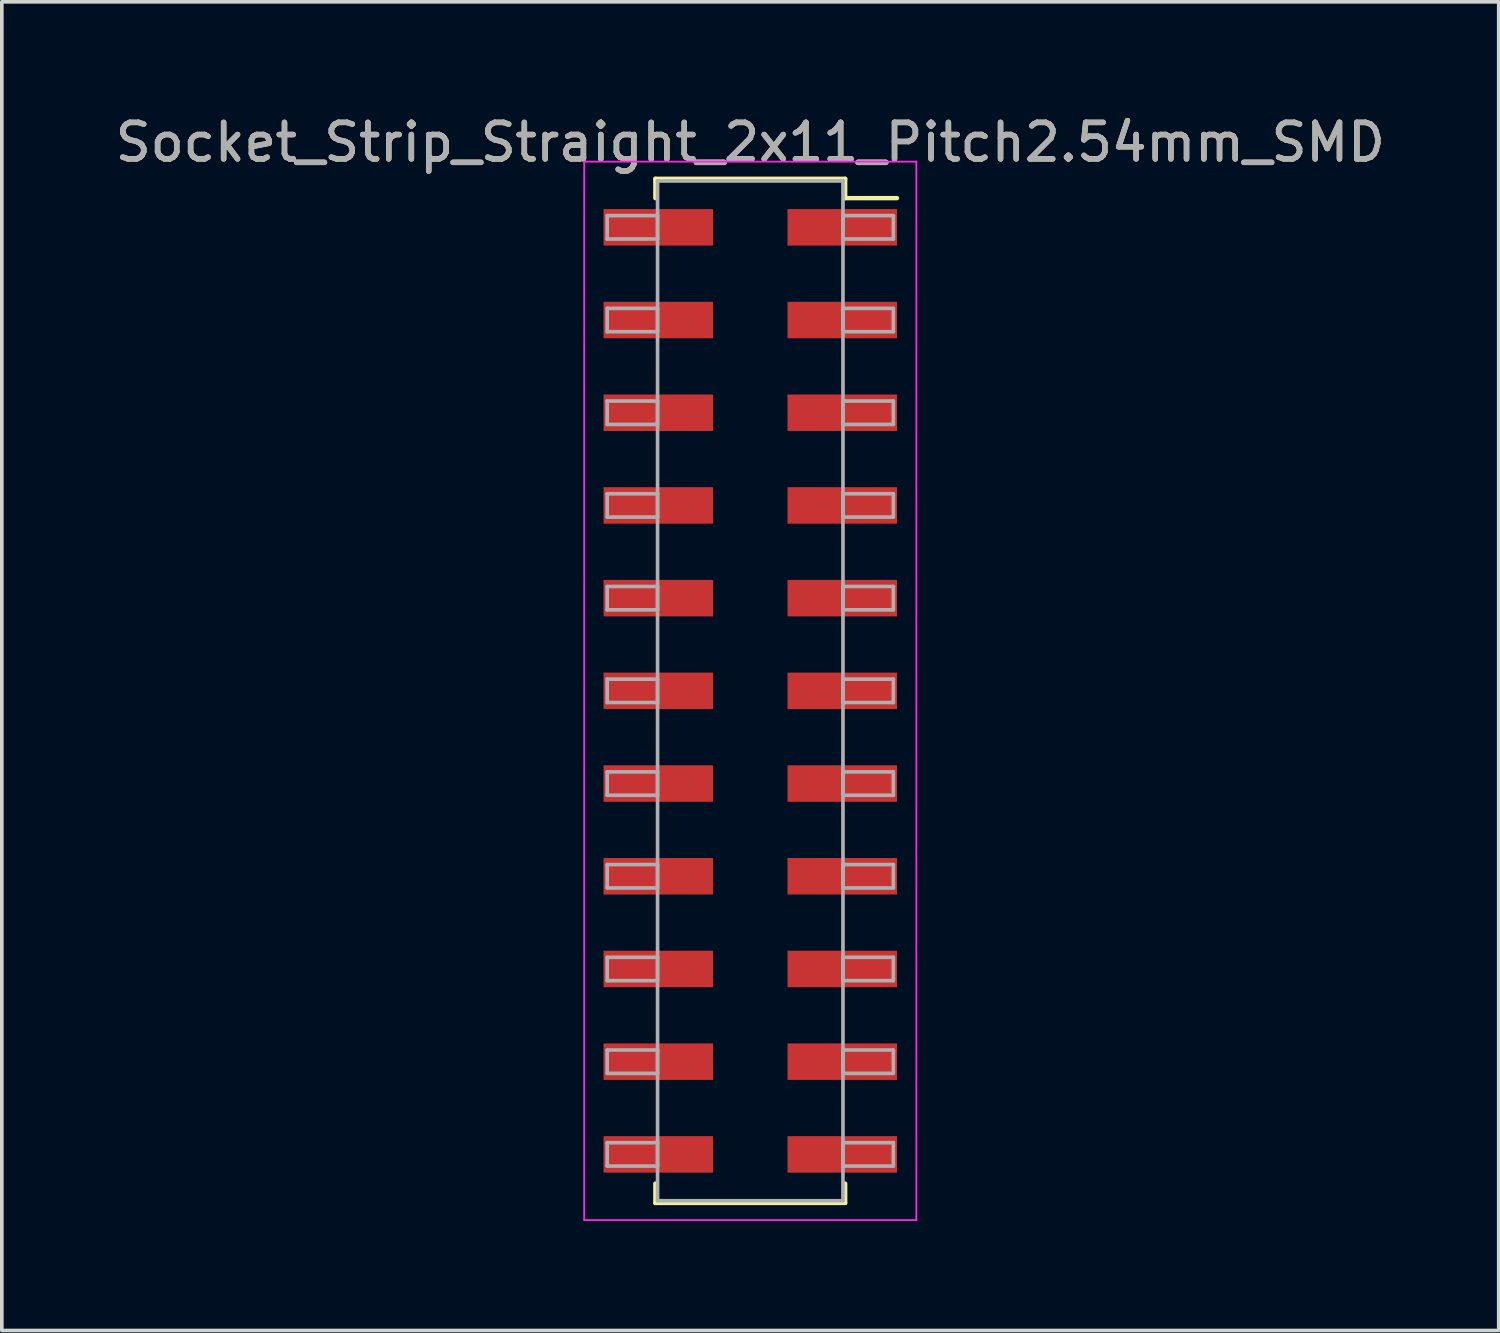
<source format=kicad_pcb>
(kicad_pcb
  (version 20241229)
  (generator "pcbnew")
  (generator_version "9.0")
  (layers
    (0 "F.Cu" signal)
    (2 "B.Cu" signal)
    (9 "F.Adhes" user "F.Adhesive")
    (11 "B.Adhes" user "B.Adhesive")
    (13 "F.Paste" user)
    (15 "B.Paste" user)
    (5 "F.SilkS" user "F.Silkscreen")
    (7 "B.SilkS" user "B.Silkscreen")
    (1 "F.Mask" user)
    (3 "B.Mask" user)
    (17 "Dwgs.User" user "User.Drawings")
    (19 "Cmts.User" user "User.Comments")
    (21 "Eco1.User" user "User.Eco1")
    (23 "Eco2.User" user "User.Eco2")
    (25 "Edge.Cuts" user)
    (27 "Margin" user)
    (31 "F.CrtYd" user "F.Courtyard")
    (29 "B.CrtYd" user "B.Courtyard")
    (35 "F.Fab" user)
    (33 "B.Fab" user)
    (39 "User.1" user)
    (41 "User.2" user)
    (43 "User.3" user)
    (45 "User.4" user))
  (footprint "Socket_Strip_Straight_2x11_Pitch2.54mm_SMD"
    (layer "F.Cu")
    (at 17.506 15.878)
    (property "Reference" "Socket_Strip_Straight_2x11_Pitch2.54mm_SMD" (at 0 -15.03 0) (layer "F.SilkS") (effects (font (size 1 1) (thickness 0.15))))
    (attr smd)
    (fp_line (start -2.6 -14.03) (end 2.6 -14.03) (stroke (width 0.12) (type solid)) (layer "F.SilkS"))
    (fp_line (start -2.6 -13.5) (end -2.6 -14.03) (stroke (width 0.12) (type solid)) (layer "F.SilkS"))
    (fp_line (start -2.6 13.5) (end -2.6 14.03) (stroke (width 0.12) (type solid)) (layer "F.SilkS"))
    (fp_line (start -2.6 14.03) (end 2.6 14.03) (stroke (width 0.12) (type solid)) (layer "F.SilkS"))
    (fp_line (start 2.6 -14.03) (end 2.6 -13.5) (stroke (width 0.12) (type solid)) (layer "F.SilkS"))
    (fp_line (start 2.6 14.03) (end 2.6 13.5) (stroke (width 0.12) (type solid)) (layer "F.SilkS"))
    (fp_line (start 4.02 -13.5) (end 2.6 -13.5) (stroke (width 0.12) (type solid)) (layer "F.SilkS"))
    (fp_line (start -4.55 -14.5) (end -4.55 14.5) (stroke (width 0.05) (type solid)) (layer "F.CrtYd"))
    (fp_line (start -4.55 14.5) (end 4.55 14.5) (stroke (width 0.05) (type solid)) (layer "F.CrtYd"))
    (fp_line (start 4.55 -14.5) (end -4.55 -14.5) (stroke (width 0.05) (type solid)) (layer "F.CrtYd"))
    (fp_line (start 4.55 14.5) (end 4.55 -14.5) (stroke (width 0.05) (type solid)) (layer "F.CrtYd"))
    (fp_line (start -3.92 -13.02) (end -2.54 -13.02) (stroke (width 0.1) (type solid)) (layer "F.Fab"))
    (fp_line (start -3.92 -12.38) (end -3.92 -13.02) (stroke (width 0.1) (type solid)) (layer "F.Fab"))
    (fp_line (start -3.92 -10.48) (end -2.54 -10.48) (stroke (width 0.1) (type solid)) (layer "F.Fab"))
    (fp_line (start -3.92 -9.84) (end -3.92 -10.48) (stroke (width 0.1) (type solid)) (layer "F.Fab"))
    (fp_line (start -3.92 -7.94) (end -2.54 -7.94) (stroke (width 0.1) (type solid)) (layer "F.Fab"))
    (fp_line (start -3.92 -7.3) (end -3.92 -7.94) (stroke (width 0.1) (type solid)) (layer "F.Fab"))
    (fp_line (start -3.92 -5.4) (end -2.54 -5.4) (stroke (width 0.1) (type solid)) (layer "F.Fab"))
    (fp_line (start -3.92 -4.76) (end -3.92 -5.4) (stroke (width 0.1) (type solid)) (layer "F.Fab"))
    (fp_line (start -3.92 -2.86) (end -2.54 -2.86) (stroke (width 0.1) (type solid)) (layer "F.Fab"))
    (fp_line (start -3.92 -2.22) (end -3.92 -2.86) (stroke (width 0.1) (type solid)) (layer "F.Fab"))
    (fp_line (start -3.92 -0.32) (end -2.54 -0.32) (stroke (width 0.1) (type solid)) (layer "F.Fab"))
    (fp_line (start -3.92 0.32) (end -3.92 -0.32) (stroke (width 0.1) (type solid)) (layer "F.Fab"))
    (fp_line (start -3.92 2.22) (end -2.54 2.22) (stroke (width 0.1) (type solid)) (layer "F.Fab"))
    (fp_line (start -3.92 2.86) (end -3.92 2.22) (stroke (width 0.1) (type solid)) (layer "F.Fab"))
    (fp_line (start -3.92 4.76) (end -2.54 4.76) (stroke (width 0.1) (type solid)) (layer "F.Fab"))
    (fp_line (start -3.92 5.4) (end -3.92 4.76) (stroke (width 0.1) (type solid)) (layer "F.Fab"))
    (fp_line (start -3.92 7.3) (end -2.54 7.3) (stroke (width 0.1) (type solid)) (layer "F.Fab"))
    (fp_line (start -3.92 7.94) (end -3.92 7.3) (stroke (width 0.1) (type solid)) (layer "F.Fab"))
    (fp_line (start -3.92 9.84) (end -2.54 9.84) (stroke (width 0.1) (type solid)) (layer "F.Fab"))
    (fp_line (start -3.92 10.48) (end -3.92 9.84) (stroke (width 0.1) (type solid)) (layer "F.Fab"))
    (fp_line (start -3.92 12.38) (end -2.54 12.38) (stroke (width 0.1) (type solid)) (layer "F.Fab"))
    (fp_line (start -3.92 13.02) (end -3.92 12.38) (stroke (width 0.1) (type solid)) (layer "F.Fab"))
    (fp_line (start -2.54 -13.97) (end -2.54 13.97) (stroke (width 0.1) (type solid)) (layer "F.Fab"))
    (fp_line (start -2.54 -13.02) (end -2.54 -12.38) (stroke (width 0.1) (type solid)) (layer "F.Fab"))
    (fp_line (start -2.54 -12.38) (end -3.92 -12.38) (stroke (width 0.1) (type solid)) (layer "F.Fab"))
    (fp_line (start -2.54 -10.48) (end -2.54 -9.84) (stroke (width 0.1) (type solid)) (layer "F.Fab"))
    (fp_line (start -2.54 -9.84) (end -3.92 -9.84) (stroke (width 0.1) (type solid)) (layer "F.Fab"))
    (fp_line (start -2.54 -7.94) (end -2.54 -7.3) (stroke (width 0.1) (type solid)) (layer "F.Fab"))
    (fp_line (start -2.54 -7.3) (end -3.92 -7.3) (stroke (width 0.1) (type solid)) (layer "F.Fab"))
    (fp_line (start -2.54 -5.4) (end -2.54 -4.76) (stroke (width 0.1) (type solid)) (layer "F.Fab"))
    (fp_line (start -2.54 -4.76) (end -3.92 -4.76) (stroke (width 0.1) (type solid)) (layer "F.Fab"))
    (fp_line (start -2.54 -2.86) (end -2.54 -2.22) (stroke (width 0.1) (type solid)) (layer "F.Fab"))
    (fp_line (start -2.54 -2.22) (end -3.92 -2.22) (stroke (width 0.1) (type solid)) (layer "F.Fab"))
    (fp_line (start -2.54 -0.32) (end -2.54 0.32) (stroke (width 0.1) (type solid)) (layer "F.Fab"))
    (fp_line (start -2.54 0.32) (end -3.92 0.32) (stroke (width 0.1) (type solid)) (layer "F.Fab"))
    (fp_line (start -2.54 2.22) (end -2.54 2.86) (stroke (width 0.1) (type solid)) (layer "F.Fab"))
    (fp_line (start -2.54 2.86) (end -3.92 2.86) (stroke (width 0.1) (type solid)) (layer "F.Fab"))
    (fp_line (start -2.54 4.76) (end -2.54 5.4) (stroke (width 0.1) (type solid)) (layer "F.Fab"))
    (fp_line (start -2.54 5.4) (end -3.92 5.4) (stroke (width 0.1) (type solid)) (layer "F.Fab"))
    (fp_line (start -2.54 7.3) (end -2.54 7.94) (stroke (width 0.1) (type solid)) (layer "F.Fab"))
    (fp_line (start -2.54 7.94) (end -3.92 7.94) (stroke (width 0.1) (type solid)) (layer "F.Fab"))
    (fp_line (start -2.54 9.84) (end -2.54 10.48) (stroke (width 0.1) (type solid)) (layer "F.Fab"))
    (fp_line (start -2.54 10.48) (end -3.92 10.48) (stroke (width 0.1) (type solid)) (layer "F.Fab"))
    (fp_line (start -2.54 12.38) (end -2.54 13.02) (stroke (width 0.1) (type solid)) (layer "F.Fab"))
    (fp_line (start -2.54 13.02) (end -3.92 13.02) (stroke (width 0.1) (type solid)) (layer "F.Fab"))
    (fp_line (start -2.54 13.97) (end 2.54 13.97) (stroke (width 0.1) (type solid)) (layer "F.Fab"))
    (fp_line (start 2.54 -13.97) (end -2.54 -13.97) (stroke (width 0.1) (type solid)) (layer "F.Fab"))
    (fp_line (start 2.54 -13.02) (end 2.54 -12.38) (stroke (width 0.1) (type solid)) (layer "F.Fab"))
    (fp_line (start 2.54 -12.38) (end 3.92 -12.38) (stroke (width 0.1) (type solid)) (layer "F.Fab"))
    (fp_line (start 2.54 -10.48) (end 2.54 -9.84) (stroke (width 0.1) (type solid)) (layer "F.Fab"))
    (fp_line (start 2.54 -9.84) (end 3.92 -9.84) (stroke (width 0.1) (type solid)) (layer "F.Fab"))
    (fp_line (start 2.54 -7.94) (end 2.54 -7.3) (stroke (width 0.1) (type solid)) (layer "F.Fab"))
    (fp_line (start 2.54 -7.3) (end 3.92 -7.3) (stroke (width 0.1) (type solid)) (layer "F.Fab"))
    (fp_line (start 2.54 -5.4) (end 2.54 -4.76) (stroke (width 0.1) (type solid)) (layer "F.Fab"))
    (fp_line (start 2.54 -4.76) (end 3.92 -4.76) (stroke (width 0.1) (type solid)) (layer "F.Fab"))
    (fp_line (start 2.54 -2.86) (end 2.54 -2.22) (stroke (width 0.1) (type solid)) (layer "F.Fab"))
    (fp_line (start 2.54 -2.22) (end 3.92 -2.22) (stroke (width 0.1) (type solid)) (layer "F.Fab"))
    (fp_line (start 2.54 -0.32) (end 2.54 0.32) (stroke (width 0.1) (type solid)) (layer "F.Fab"))
    (fp_line (start 2.54 0.32) (end 3.92 0.32) (stroke (width 0.1) (type solid)) (layer "F.Fab"))
    (fp_line (start 2.54 2.22) (end 2.54 2.86) (stroke (width 0.1) (type solid)) (layer "F.Fab"))
    (fp_line (start 2.54 2.86) (end 3.92 2.86) (stroke (width 0.1) (type solid)) (layer "F.Fab"))
    (fp_line (start 2.54 4.76) (end 2.54 5.4) (stroke (width 0.1) (type solid)) (layer "F.Fab"))
    (fp_line (start 2.54 5.4) (end 3.92 5.4) (stroke (width 0.1) (type solid)) (layer "F.Fab"))
    (fp_line (start 2.54 7.3) (end 2.54 7.94) (stroke (width 0.1) (type solid)) (layer "F.Fab"))
    (fp_line (start 2.54 7.94) (end 3.92 7.94) (stroke (width 0.1) (type solid)) (layer "F.Fab"))
    (fp_line (start 2.54 9.84) (end 2.54 10.48) (stroke (width 0.1) (type solid)) (layer "F.Fab"))
    (fp_line (start 2.54 10.48) (end 3.92 10.48) (stroke (width 0.1) (type solid)) (layer "F.Fab"))
    (fp_line (start 2.54 12.38) (end 2.54 13.02) (stroke (width 0.1) (type solid)) (layer "F.Fab"))
    (fp_line (start 2.54 13.02) (end 3.92 13.02) (stroke (width 0.1) (type solid)) (layer "F.Fab"))
    (fp_line (start 2.54 13.97) (end 2.54 -13.97) (stroke (width 0.1) (type solid)) (layer "F.Fab"))
    (fp_line (start 3.92 -13.02) (end 2.54 -13.02) (stroke (width 0.1) (type solid)) (layer "F.Fab"))
    (fp_line (start 3.92 -12.38) (end 3.92 -13.02) (stroke (width 0.1) (type solid)) (layer "F.Fab"))
    (fp_line (start 3.92 -10.48) (end 2.54 -10.48) (stroke (width 0.1) (type solid)) (layer "F.Fab"))
    (fp_line (start 3.92 -9.84) (end 3.92 -10.48) (stroke (width 0.1) (type solid)) (layer "F.Fab"))
    (fp_line (start 3.92 -7.94) (end 2.54 -7.94) (stroke (width 0.1) (type solid)) (layer "F.Fab"))
    (fp_line (start 3.92 -7.3) (end 3.92 -7.94) (stroke (width 0.1) (type solid)) (layer "F.Fab"))
    (fp_line (start 3.92 -5.4) (end 2.54 -5.4) (stroke (width 0.1) (type solid)) (layer "F.Fab"))
    (fp_line (start 3.92 -4.76) (end 3.92 -5.4) (stroke (width 0.1) (type solid)) (layer "F.Fab"))
    (fp_line (start 3.92 -2.86) (end 2.54 -2.86) (stroke (width 0.1) (type solid)) (layer "F.Fab"))
    (fp_line (start 3.92 -2.22) (end 3.92 -2.86) (stroke (width 0.1) (type solid)) (layer "F.Fab"))
    (fp_line (start 3.92 -0.32) (end 2.54 -0.32) (stroke (width 0.1) (type solid)) (layer "F.Fab"))
    (fp_line (start 3.92 0.32) (end 3.92 -0.32) (stroke (width 0.1) (type solid)) (layer "F.Fab"))
    (fp_line (start 3.92 2.22) (end 2.54 2.22) (stroke (width 0.1) (type solid)) (layer "F.Fab"))
    (fp_line (start 3.92 2.86) (end 3.92 2.22) (stroke (width 0.1) (type solid)) (layer "F.Fab"))
    (fp_line (start 3.92 4.76) (end 2.54 4.76) (stroke (width 0.1) (type solid)) (layer "F.Fab"))
    (fp_line (start 3.92 5.4) (end 3.92 4.76) (stroke (width 0.1) (type solid)) (layer "F.Fab"))
    (fp_line (start 3.92 7.3) (end 2.54 7.3) (stroke (width 0.1) (type solid)) (layer "F.Fab"))
    (fp_line (start 3.92 7.94) (end 3.92 7.3) (stroke (width 0.1) (type solid)) (layer "F.Fab"))
    (fp_line (start 3.92 9.84) (end 2.54 9.84) (stroke (width 0.1) (type solid)) (layer "F.Fab"))
    (fp_line (start 3.92 10.48) (end 3.92 9.84) (stroke (width 0.1) (type solid)) (layer "F.Fab"))
    (fp_line (start 3.92 12.38) (end 2.54 12.38) (stroke (width 0.1) (type solid)) (layer "F.Fab"))
    (fp_line (start 3.92 13.02) (end 3.92 12.38) (stroke (width 0.1) (type solid)) (layer "F.Fab"))
    (fp_text user "${REFERENCE}" (at 0 -15.03 0) (layer "F.Fab") (effects (font (size 1 1) (thickness 0.15))))
    (pad "1" smd rect (at 2.52 -12.7) (size 3 1) (layers "F.Cu" "F.Mask" "F.Paste"))
    (pad "2" smd rect (at -2.52 -12.7) (size 3 1) (layers "F.Cu" "F.Mask" "F.Paste"))
    (pad "3" smd rect (at 2.52 -10.16) (size 3 1) (layers "F.Cu" "F.Mask" "F.Paste"))
    (pad "4" smd rect (at -2.52 -10.16) (size 3 1) (layers "F.Cu" "F.Mask" "F.Paste"))
    (pad "5" smd rect (at 2.52 -7.62) (size 3 1) (layers "F.Cu" "F.Mask" "F.Paste"))
    (pad "6" smd rect (at -2.52 -7.62) (size 3 1) (layers "F.Cu" "F.Mask" "F.Paste"))
    (pad "7" smd rect (at 2.52 -5.08) (size 3 1) (layers "F.Cu" "F.Mask" "F.Paste"))
    (pad "8" smd rect (at -2.52 -5.08) (size 3 1) (layers "F.Cu" "F.Mask" "F.Paste"))
    (pad "9" smd rect (at 2.52 -2.54) (size 3 1) (layers "F.Cu" "F.Mask" "F.Paste"))
    (pad "10" smd rect (at -2.52 -2.54) (size 3 1) (layers "F.Cu" "F.Mask" "F.Paste"))
    (pad "11" smd rect (at 2.52 0) (size 3 1) (layers "F.Cu" "F.Mask" "F.Paste"))
    (pad "12" smd rect (at -2.52 0) (size 3 1) (layers "F.Cu" "F.Mask" "F.Paste"))
    (pad "13" smd rect (at 2.52 2.54) (size 3 1) (layers "F.Cu" "F.Mask" "F.Paste"))
    (pad "14" smd rect (at -2.52 2.54) (size 3 1) (layers "F.Cu" "F.Mask" "F.Paste"))
    (pad "15" smd rect (at 2.52 5.08) (size 3 1) (layers "F.Cu" "F.Mask" "F.Paste"))
    (pad "16" smd rect (at -2.52 5.08) (size 3 1) (layers "F.Cu" "F.Mask" "F.Paste"))
    (pad "17" smd rect (at 2.52 7.62) (size 3 1) (layers "F.Cu" "F.Mask" "F.Paste"))
    (pad "18" smd rect (at -2.52 7.62) (size 3 1) (layers "F.Cu" "F.Mask" "F.Paste"))
    (pad "19" smd rect (at 2.52 10.16) (size 3 1) (layers "F.Cu" "F.Mask" "F.Paste"))
    (pad "20" smd rect (at -2.52 10.16) (size 3 1) (layers "F.Cu" "F.Mask" "F.Paste"))
    (pad "21" smd rect (at 2.52 12.7) (size 3 1) (layers "F.Cu" "F.Mask" "F.Paste"))
    (pad "22" smd rect (at -2.52 12.7) (size 3 1) (layers "F.Cu" "F.Mask" "F.Paste")))
  (gr_rect
    (start -3 -3)
    (end 38.012 33.403)
    (stroke (width 0.1) (type default))
    (fill no)
    (layer "Edge.Cuts")))
</source>
